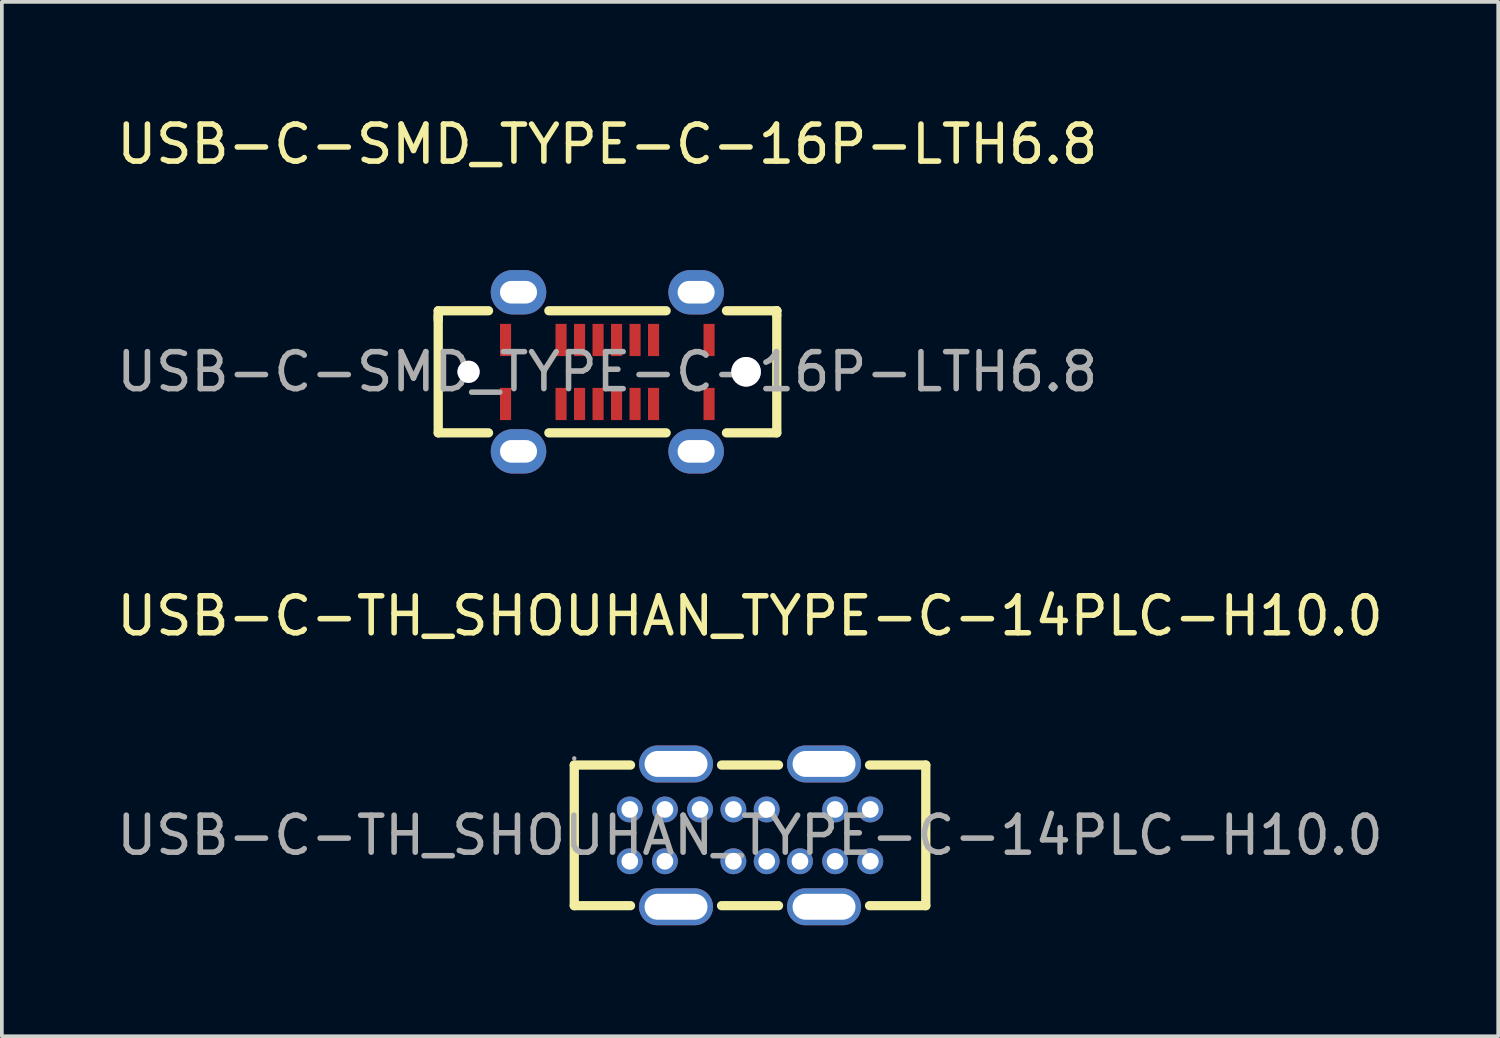
<source format=kicad_pcb>
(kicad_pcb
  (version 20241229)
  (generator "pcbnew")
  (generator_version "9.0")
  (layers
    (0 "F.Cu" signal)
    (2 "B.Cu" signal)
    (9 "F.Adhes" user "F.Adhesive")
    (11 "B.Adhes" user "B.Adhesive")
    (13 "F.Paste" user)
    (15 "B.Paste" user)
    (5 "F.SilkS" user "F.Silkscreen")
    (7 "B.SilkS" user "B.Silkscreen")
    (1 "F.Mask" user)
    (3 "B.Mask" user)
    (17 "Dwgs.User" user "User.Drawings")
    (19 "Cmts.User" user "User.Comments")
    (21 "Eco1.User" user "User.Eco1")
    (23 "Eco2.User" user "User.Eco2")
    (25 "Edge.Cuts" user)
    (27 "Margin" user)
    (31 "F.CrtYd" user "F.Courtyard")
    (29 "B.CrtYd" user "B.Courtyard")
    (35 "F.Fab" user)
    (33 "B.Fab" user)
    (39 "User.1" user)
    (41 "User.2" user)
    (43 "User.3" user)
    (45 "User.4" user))
  (footprint "USB-C-TH_SHOUHAN_TYPE-C-14PLC-H10.0"
    (layer "F.Cu")
    (at 17.22 19.526)
    (property "Reference" "USB-C-TH_SHOUHAN_TYPE-C-14PLC-H10.0" (at 0 -5.93 0) (layer "F.SilkS") (effects (font (size 1 1) (thickness 0.15))))
    (attr through_hole)
    (fp_line (start -4.75 -1.9) (end -3.23 -1.9) (stroke (width 0.25) (type solid)) (layer "F.SilkS"))
    (fp_line (start -4.75 1.9) (end -4.75 -1.9) (stroke (width 0.25) (type solid)) (layer "F.SilkS"))
    (fp_line (start -4.75 1.9) (end -3.23 1.9) (stroke (width 0.25) (type solid)) (layer "F.SilkS"))
    (fp_line (start -0.77 -1.9) (end 0.77 -1.9) (stroke (width 0.25) (type solid)) (layer "F.SilkS"))
    (fp_line (start -0.77 1.9) (end 0.77 1.9) (stroke (width 0.25) (type solid)) (layer "F.SilkS"))
    (fp_line (start 3.23 -1.9) (end 4.75 -1.9) (stroke (width 0.25) (type solid)) (layer "F.SilkS"))
    (fp_line (start 3.23 1.9) (end 4.75 1.9) (stroke (width 0.25) (type solid)) (layer "F.SilkS"))
    (fp_line (start 4.75 -1.9) (end 4.75 1.9) (stroke (width 0.25) (type solid)) (layer "F.SilkS"))
    (fp_circle (center -4.75 -2.08) (end -4.72 -2.08) (stroke (width 0.06) (type solid)) (fill no) (layer "F.Fab"))
    (fp_text user "${REFERENCE}" (at 0 0 0) (layer "F.Fab") (effects (font (size 1 1) (thickness 0.15))))
    (pad "0" thru_hole oval (at -2 -1.93 90) (size 1 2) (drill oval 0.7 1.7) (layers "*.Cu" "*.Mask"))
    (pad "0" thru_hole oval (at -2 1.93 90) (size 1 2) (drill oval 0.7 1.7) (layers "*.Cu" "*.Mask"))
    (pad "0" thru_hole oval (at 2 -1.93 90) (size 1 2) (drill oval 0.7 1.7) (layers "*.Cu" "*.Mask"))
    (pad "0" thru_hole oval (at 2 1.93 90) (size 1 2) (drill oval 0.7 1.7) (layers "*.Cu" "*.Mask"))
    (pad "A1" thru_hole circle (at -3.25 -0.7) (size 0.7 0.7) (drill 0.45) (layers "*.Cu" "*.Mask"))
    (pad "A4" thru_hole circle (at -2.3 -0.7) (size 0.7 0.7) (drill 0.45) (layers "*.Cu" "*.Mask"))
    (pad "A5" thru_hole circle (at -1.35 -0.7) (size 0.7 0.7) (drill 0.45) (layers "*.Cu" "*.Mask"))
    (pad "A6" thru_hole circle (at -0.45 -0.7) (size 0.7 0.7) (drill 0.45) (layers "*.Cu" "*.Mask"))
    (pad "A7" thru_hole circle (at 0.45 -0.7) (size 0.7 0.7) (drill 0.45) (layers "*.Cu" "*.Mask"))
    (pad "A9" thru_hole circle (at 2.3 -0.7) (size 0.7 0.7) (drill 0.45) (layers "*.Cu" "*.Mask"))
    (pad "A12" thru_hole circle (at 3.25 -0.7) (size 0.7 0.7) (drill 0.45) (layers "*.Cu" "*.Mask"))
    (pad "B1" thru_hole circle (at 3.25 0.7) (size 0.7 0.7) (drill 0.45) (layers "*.Cu" "*.Mask"))
    (pad "B4" thru_hole circle (at 2.3 0.7) (size 0.7 0.7) (drill 0.45) (layers "*.Cu" "*.Mask"))
    (pad "B5" thru_hole circle (at 1.35 0.7) (size 0.7 0.7) (drill 0.45) (layers "*.Cu" "*.Mask"))
    (pad "B6" thru_hole circle (at 0.45 0.7) (size 0.7 0.7) (drill 0.45) (layers "*.Cu" "*.Mask"))
    (pad "B7" thru_hole circle (at -0.45 0.7) (size 0.7 0.7) (drill 0.45) (layers "*.Cu" "*.Mask"))
    (pad "B9" thru_hole circle (at -2.3 0.7) (size 0.7 0.7) (drill 0.45) (layers "*.Cu" "*.Mask"))
    (pad "B12" thru_hole circle (at -3.25 0.7) (size 0.7 0.7) (drill 0.45) (layers "*.Cu" "*.Mask")))
  (footprint "USB-C-SMD_TYPE-C-16P-LTH6.8"
    (layer "F.Cu")
    (at 13.363 6.998)
    (property "Reference" "USB-C-SMD_TYPE-C-16P-LTH6.8" (at 0 -6.15 0) (layer "F.SilkS") (effects (font (size 1 1) (thickness 0.15))))
    (attr through_hole)
    (fp_line (start -4.57 -1.65) (end -4.57 -1.4) (stroke (width 0.25) (type solid)) (layer "F.SilkS"))
    (fp_line (start -4.57 -1.53) (end -4.57 1.65) (stroke (width 0.25) (type solid)) (layer "F.SilkS"))
    (fp_line (start -4.57 1.65) (end -3.21 1.65) (stroke (width 0.25) (type solid)) (layer "F.SilkS"))
    (fp_line (start -3.21 -1.65) (end -4.57 -1.65) (stroke (width 0.25) (type solid)) (layer "F.SilkS"))
    (fp_line (start -1.58 1.65) (end 1.59 1.65) (stroke (width 0.25) (type solid)) (layer "F.SilkS"))
    (fp_line (start 1.59 -1.65) (end -1.58 -1.65) (stroke (width 0.25) (type solid)) (layer "F.SilkS"))
    (fp_line (start 3.22 1.65) (end 4.58 1.65) (stroke (width 0.25) (type solid)) (layer "F.SilkS"))
    (fp_line (start 4.58 -1.65) (end 3.22 -1.65) (stroke (width 0.25) (type solid)) (layer "F.SilkS"))
    (fp_line (start 4.58 -1.65) (end 4.58 -1.65) (stroke (width 0.25) (type solid)) (layer "F.SilkS"))
    (fp_line (start 4.58 -1.53) (end 4.58 -1.65) (stroke (width 0.25) (type solid)) (layer "F.SilkS"))
    (fp_line (start 4.58 1.65) (end 4.58 -1.53) (stroke (width 0.25) (type solid)) (layer "F.SilkS"))
    (fp_text user "${REFERENCE}" (at 0 0 0) (layer "F.Fab") (effects (font (size 1 1) (thickness 0.15))))
    (pad "" thru_hole circle (at -3.75 0) (size 0.6 0.6) (drill 0.6) (layers "*.Cu" "*.Mask"))
    (pad "" thru_hole circle (at 3.75 0) (size 0.8 0.8) (drill 0.8) (layers "*.Cu" "*.Mask"))
    (pad "1" thru_hole oval (at -2.4 -2.15) (size 1.5 1.2) (drill oval 1 0.61) (layers "*.Cu" "*.Mask"))
    (pad "2" thru_hole oval (at -2.4 2.15) (size 1.5 1.2) (drill oval 1 0.61) (layers "*.Cu" "*.Mask"))
    (pad "3" thru_hole oval (at 2.4 -2.15) (size 1.5 1.2) (drill oval 1 0.61) (layers "*.Cu" "*.Mask"))
    (pad "4" thru_hole oval (at 2.4 2.15) (size 1.5 1.2) (drill oval 1 0.61) (layers "*.Cu" "*.Mask"))
    (pad "A1" smd rect (at -2.75 -0.86) (size 0.3 0.87) (layers "F.Cu" "F.Mask" "F.Paste"))
    (pad "A4" smd rect (at -1.25 -0.86) (size 0.3 0.87) (layers "F.Cu" "F.Mask" "F.Paste"))
    (pad "A5" smd rect (at -0.75 -0.86) (size 0.3 0.87) (layers "F.Cu" "F.Mask" "F.Paste"))
    (pad "A6" smd rect (at -0.25 -0.86) (size 0.3 0.87) (layers "F.Cu" "F.Mask" "F.Paste"))
    (pad "A7" smd rect (at 0.25 -0.86) (size 0.3 0.87) (layers "F.Cu" "F.Mask" "F.Paste"))
    (pad "A8" smd rect (at 0.75 -0.86) (size 0.3 0.87) (layers "F.Cu" "F.Mask" "F.Paste"))
    (pad "A9" smd rect (at 1.25 -0.86) (size 0.3 0.87) (layers "F.Cu" "F.Mask" "F.Paste"))
    (pad "A12" smd rect (at 2.75 -0.86) (size 0.3 0.87) (layers "F.Cu" "F.Mask" "F.Paste"))
    (pad "B1" smd rect (at 2.75 0.87) (size 0.3 0.87) (layers "F.Cu" "F.Mask" "F.Paste"))
    (pad "B4" smd rect (at 1.25 0.87) (size 0.3 0.87) (layers "F.Cu" "F.Mask" "F.Paste"))
    (pad "B5" smd rect (at 0.75 0.87) (size 0.3 0.87) (layers "F.Cu" "F.Mask" "F.Paste"))
    (pad "B6" smd rect (at 0.25 0.87) (size 0.3 0.87) (layers "F.Cu" "F.Mask" "F.Paste"))
    (pad "B7" smd rect (at -0.25 0.87) (size 0.3 0.87) (layers "F.Cu" "F.Mask" "F.Paste"))
    (pad "B8" smd rect (at -0.75 0.87) (size 0.3 0.87) (layers "F.Cu" "F.Mask" "F.Paste"))
    (pad "B9" smd rect (at -1.25 0.87) (size 0.3 0.87) (layers "F.Cu" "F.Mask" "F.Paste"))
    (pad "B12" smd rect (at -2.75 0.87) (size 0.3 0.87) (layers "F.Cu" "F.Mask" "F.Paste")))
  (gr_rect
    (start -3 -3)
    (end 37.44 24.956)
    (stroke (width 0.1) (type default))
    (fill no)
    (layer "Edge.Cuts")))
</source>
